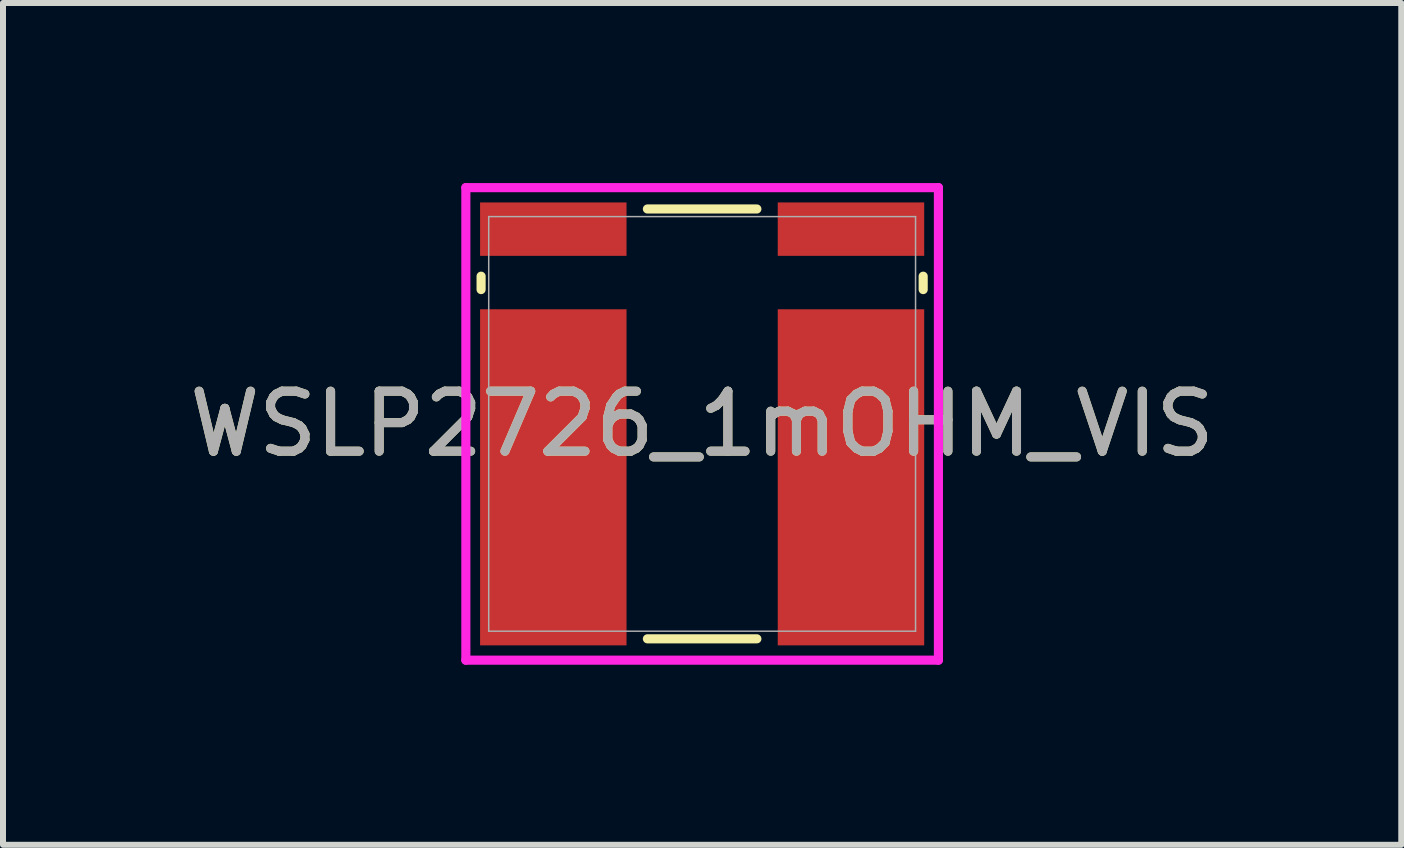
<source format=kicad_pcb>
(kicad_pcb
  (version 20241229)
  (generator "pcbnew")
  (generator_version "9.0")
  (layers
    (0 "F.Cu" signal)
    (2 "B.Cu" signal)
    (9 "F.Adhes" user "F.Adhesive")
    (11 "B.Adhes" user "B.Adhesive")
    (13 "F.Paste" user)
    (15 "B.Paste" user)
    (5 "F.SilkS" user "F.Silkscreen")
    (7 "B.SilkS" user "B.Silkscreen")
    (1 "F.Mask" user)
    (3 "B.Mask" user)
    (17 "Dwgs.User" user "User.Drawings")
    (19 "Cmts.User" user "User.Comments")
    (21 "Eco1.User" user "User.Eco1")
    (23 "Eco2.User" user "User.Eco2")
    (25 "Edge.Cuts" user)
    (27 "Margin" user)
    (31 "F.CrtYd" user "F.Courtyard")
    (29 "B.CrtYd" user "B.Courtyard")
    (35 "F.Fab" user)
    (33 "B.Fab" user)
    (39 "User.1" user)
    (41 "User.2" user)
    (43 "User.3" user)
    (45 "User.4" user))
  (footprint "WSLP2726_1mOHM_VIS"
    (layer "F.Cu")
    (at 8.649 4.013)
    (property "Reference" "WSLP2726_1mOHM_VIS" (at 0 0 0) (unlocked yes) (layer "F.SilkS") (effects (font (size 1 1) (thickness 0.15))))
    (attr smd)
    (fp_line (start -3.683 -2.461) (end -3.683 -2.238) (stroke (width 0.152) (type solid)) (layer "F.SilkS"))
    (fp_line (start -0.912 3.581) (end 0.912 3.581) (stroke (width 0.152) (type solid)) (layer "F.SilkS"))
    (fp_line (start 0.912 -3.581) (end -0.912 -3.581) (stroke (width 0.152) (type solid)) (layer "F.SilkS"))
    (fp_line (start 3.683 -2.238) (end 3.683 -2.461) (stroke (width 0.152) (type solid)) (layer "F.SilkS"))
    (fp_line (start -3.937 -3.937) (end 3.937 -3.937) (stroke (width 0.152) (type solid)) (layer "F.CrtYd"))
    (fp_line (start -3.937 3.937) (end -3.937 -3.937) (stroke (width 0.152) (type solid)) (layer "F.CrtYd"))
    (fp_line (start 3.937 -3.937) (end 3.937 3.937) (stroke (width 0.152) (type solid)) (layer "F.CrtYd"))
    (fp_line (start 3.937 3.937) (end -3.937 3.937) (stroke (width 0.152) (type solid)) (layer "F.CrtYd"))
    (fp_line (start -3.556 -3.454) (end -3.556 3.454) (stroke (width 0.025) (type solid)) (layer "F.Fab"))
    (fp_line (start -3.556 3.454) (end 3.556 3.454) (stroke (width 0.025) (type solid)) (layer "F.Fab"))
    (fp_line (start 3.556 -3.454) (end -3.556 -3.454) (stroke (width 0.025) (type solid)) (layer "F.Fab"))
    (fp_line (start 3.556 3.454) (end 3.556 -3.454) (stroke (width 0.025) (type solid)) (layer "F.Fab"))
    (fp_text user "${REFERENCE}" (at 0 0 0) (unlocked yes) (layer "F.Fab") (effects (font (size 1 1) (thickness 0.15))))
    (pad "1" smd rect (at -2.48 0.89) (size 2.44 5.6) (layers "F.Cu" "F.Mask" "F.Paste"))
    (pad "2" smd rect (at 2.48 0.89) (size 2.44 5.6) (layers "F.Cu" "F.Mask" "F.Paste"))
    (pad "3" smd rect (at -2.48 -3.245) (size 2.44 0.89) (layers "F.Cu" "F.Mask" "F.Paste"))
    (pad "4" smd rect (at 2.48 -3.245) (size 2.44 0.89) (layers "F.Cu" "F.Mask" "F.Paste"))
    (zone (net_name "") (layer "F.Cu") (hatch full 0.508) (connect_pads) (min_thickness 0.254) (filled_areas_thickness no) (keepout (tracks not_allowed) (vias not_allowed) (pads allowed) (copperpour not_allowed) (footprints allowed)) (placement (enabled no)) (fill) (polygon (pts (xy 7.455 0.61) (xy 9.843 0.61) (xy 9.843 7.417) (xy 7.455 7.417)))))
  (gr_rect
    (start -3 -3)
    (end 20.298 11.026)
    (stroke (width 0.1) (type default))
    (fill no)
    (layer "Edge.Cuts")))
</source>
